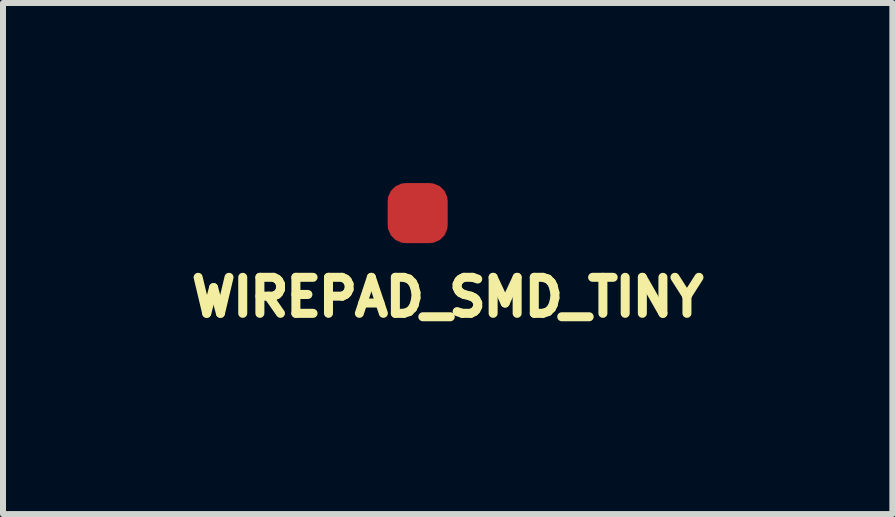
<source format=kicad_pcb>
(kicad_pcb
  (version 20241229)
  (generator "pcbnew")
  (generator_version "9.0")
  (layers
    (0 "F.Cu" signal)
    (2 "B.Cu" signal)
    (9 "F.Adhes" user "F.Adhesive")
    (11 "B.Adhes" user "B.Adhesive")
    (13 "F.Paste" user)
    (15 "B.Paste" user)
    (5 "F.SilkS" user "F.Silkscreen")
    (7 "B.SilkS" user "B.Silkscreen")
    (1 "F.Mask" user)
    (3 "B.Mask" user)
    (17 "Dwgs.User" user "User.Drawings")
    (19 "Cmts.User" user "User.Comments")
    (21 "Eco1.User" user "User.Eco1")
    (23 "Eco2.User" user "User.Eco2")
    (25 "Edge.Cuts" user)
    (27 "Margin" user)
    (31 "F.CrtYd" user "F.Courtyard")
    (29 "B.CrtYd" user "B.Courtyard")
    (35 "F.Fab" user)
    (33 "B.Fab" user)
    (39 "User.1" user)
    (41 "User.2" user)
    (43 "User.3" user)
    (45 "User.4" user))
  (footprint "WIREPAD_SMD_TINY"
    (layer "F.Cu")
    (at 3.908 0.5)
    (property "Reference" "WIREPAD_SMD_TINY" (at 0.5 1.4 0) (layer "F.SilkS") (effects (font (size 0.6 0.6) (thickness 0.15))))
    (attr through_hole)
    (pad "1" smd roundrect (at 0 0) (size 1 1) (layers "F.Cu" "F.Mask" "F.Paste") (roundrect_rratio 0.3)))
  (gr_rect
    (start -3 -3)
    (end 11.816 5.514)
    (stroke (width 0.1) (type default))
    (fill no)
    (layer "Edge.Cuts")))
</source>
